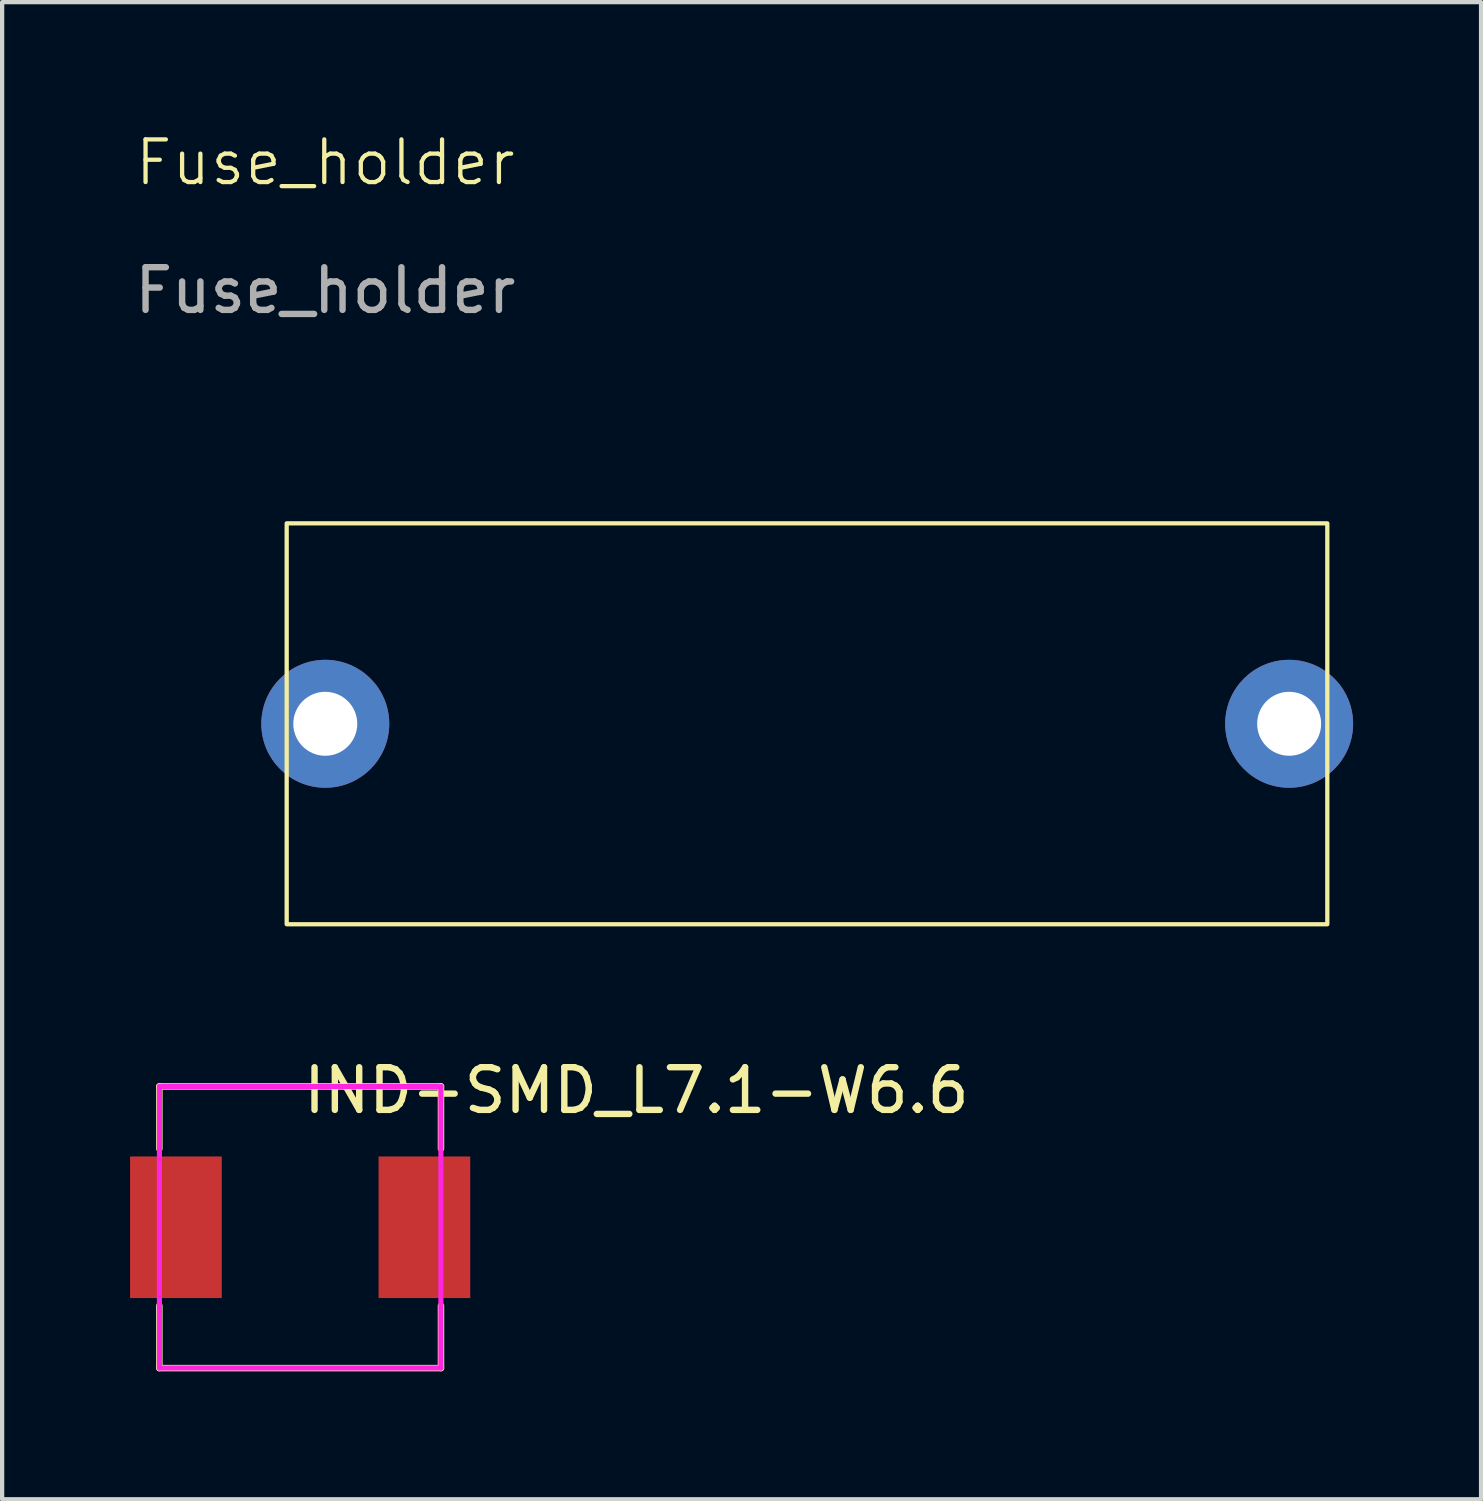
<source format=kicad_pcb>
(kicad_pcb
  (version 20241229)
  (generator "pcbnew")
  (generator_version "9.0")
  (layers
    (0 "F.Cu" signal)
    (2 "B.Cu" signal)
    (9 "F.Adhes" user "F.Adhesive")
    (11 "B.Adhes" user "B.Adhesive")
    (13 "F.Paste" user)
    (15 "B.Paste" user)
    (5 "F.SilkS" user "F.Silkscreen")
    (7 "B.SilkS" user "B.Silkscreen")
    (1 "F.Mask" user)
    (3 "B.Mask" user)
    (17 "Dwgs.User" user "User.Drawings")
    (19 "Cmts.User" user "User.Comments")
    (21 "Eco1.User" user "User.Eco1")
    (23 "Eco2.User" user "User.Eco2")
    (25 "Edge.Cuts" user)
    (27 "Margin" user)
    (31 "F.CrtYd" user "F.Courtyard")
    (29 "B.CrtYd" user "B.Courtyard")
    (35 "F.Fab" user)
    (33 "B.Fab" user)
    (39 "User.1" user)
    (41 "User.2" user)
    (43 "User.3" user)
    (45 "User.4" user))
  (footprint "IND-SMD_L7.1-W6.6"
    (layer "F.Cu")
    (at 3.988 25.726)
    (property "Reference" "IND-SMD_L7.1-W6.6" (at 0 -3.207 0) (layer "F.SilkS") (effects (font (size 1 1) (thickness 0.15)) (justify left)))
    (attr through_hole)
    (fp_line (start -3.302 -3.302) (end -3.302 -1.84) (stroke (width 0.152) (type solid)) (layer "F.SilkS"))
    (fp_line (start -3.302 1.84) (end -3.302 3.302) (stroke (width 0.152) (type solid)) (layer "F.SilkS"))
    (fp_line (start -3.302 3.302) (end 3.302 3.302) (stroke (width 0.152) (type solid)) (layer "F.SilkS"))
    (fp_line (start 3.302 -3.302) (end -3.302 -3.302) (stroke (width 0.152) (type solid)) (layer "F.SilkS"))
    (fp_line (start 3.302 -1.84) (end 3.302 -3.302) (stroke (width 0.152) (type solid)) (layer "F.SilkS"))
    (fp_line (start 3.302 3.302) (end 3.302 1.84) (stroke (width 0.152) (type solid)) (layer "F.SilkS"))
    (fp_circle (center -3.55 3.3) (end -3.52 3.3) (stroke (width 0.06) (type solid)) (fill no) (layer "Eco2.User"))
    (fp_poly (pts (xy -3.55 -1.5) (xy -1.95 -1.5) (xy -1.95 1.5) (xy -3.55 1.5)) (stroke (width 0.12) (type solid)) (fill no) (layer "Eco2.User"))
    (fp_poly (pts (xy 1.95 -1.5) (xy 3.55 -1.5) (xy 3.55 1.5) (xy 1.95 1.5)) (stroke (width 0.12) (type solid)) (fill no) (layer "Eco2.User"))
    (fp_line (start -3.3 -3.3) (end 3.3 -3.3) (stroke (width 0.12) (type solid)) (layer "F.CrtYd"))
    (fp_line (start -3.3 3.3) (end -3.3 -3.3) (stroke (width 0.12) (type solid)) (layer "F.CrtYd"))
    (fp_line (start 3.3 -3.3) (end 3.3 3.3) (stroke (width 0.12) (type solid)) (layer "F.CrtYd"))
    (fp_line (start 3.3 3.3) (end -3.3 3.3) (stroke (width 0.12) (type solid)) (layer "F.CrtYd"))
    (pad "1" smd rect (at -2.913 0) (size 2.15 3.32) (layers "F.Cu" "F.Mask" "F.Paste"))
    (pad "2" smd rect (at 2.913 0) (size 2.15 3.32) (layers "F.Cu" "F.Mask" "F.Paste")))
  (footprint "Fuse_holder"
    (layer "F.Cu")
    (at 4.577 13.921)
    (property "Reference" "Fuse_holder" (at 0 -13.16 0) (unlocked yes) (layer "F.SilkS") (effects (font (size 1 1) (thickness 0.1))))
    (attr through_hole)
    (fp_rect (start -0.905 -4.7) (end 23.495 4.7) (stroke (width 0.1) (type default)) (fill no) (layer "F.SilkS"))
    (fp_text user "${REFERENCE}" (at 0 -10.16 0) (unlocked yes) (layer "F.Fab") (effects (font (size 1 1) (thickness 0.15))))
    (pad "1" thru_hole circle (at 0 0) (size 3 3) (drill 1.5) (layers "*.Cu" "*.Mask"))
    (pad "2" thru_hole circle (at 22.6 0) (size 3 3) (drill 1.5) (layers "*.Cu" "*.Mask")))
  (gr_rect
    (start -3 -3)
    (end 31.677 32.104)
    (stroke (width 0.1) (type default))
    (fill no)
    (layer "Edge.Cuts")))
</source>
